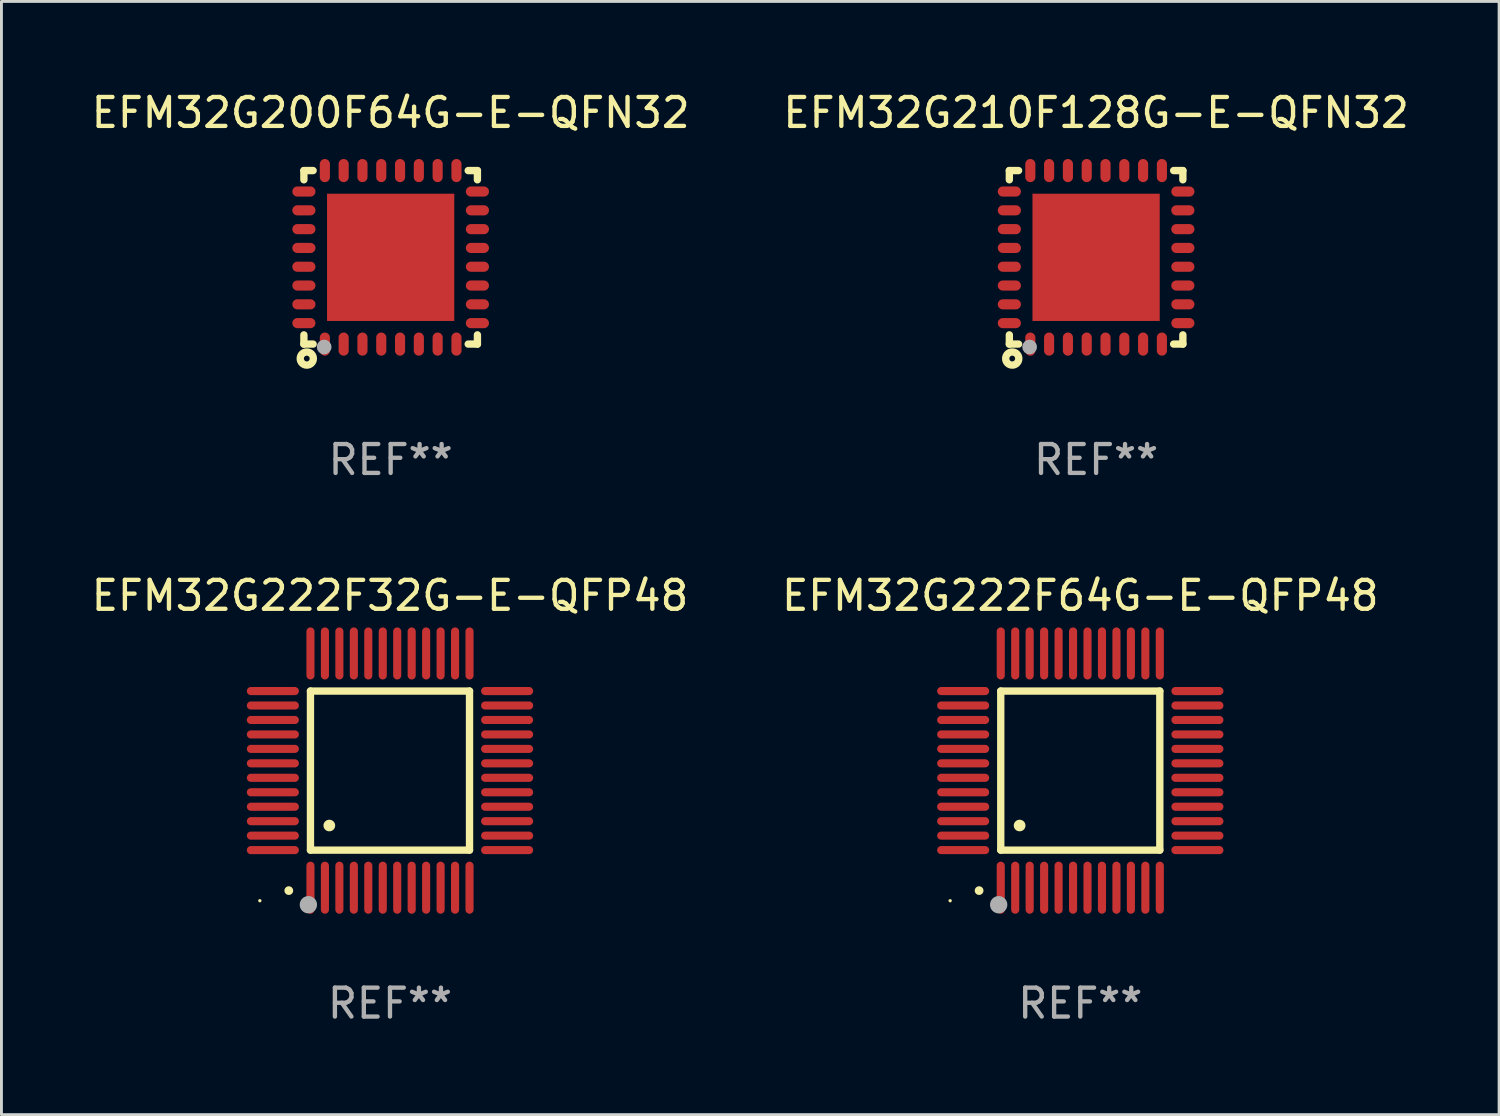
<source format=kicad_pcb>
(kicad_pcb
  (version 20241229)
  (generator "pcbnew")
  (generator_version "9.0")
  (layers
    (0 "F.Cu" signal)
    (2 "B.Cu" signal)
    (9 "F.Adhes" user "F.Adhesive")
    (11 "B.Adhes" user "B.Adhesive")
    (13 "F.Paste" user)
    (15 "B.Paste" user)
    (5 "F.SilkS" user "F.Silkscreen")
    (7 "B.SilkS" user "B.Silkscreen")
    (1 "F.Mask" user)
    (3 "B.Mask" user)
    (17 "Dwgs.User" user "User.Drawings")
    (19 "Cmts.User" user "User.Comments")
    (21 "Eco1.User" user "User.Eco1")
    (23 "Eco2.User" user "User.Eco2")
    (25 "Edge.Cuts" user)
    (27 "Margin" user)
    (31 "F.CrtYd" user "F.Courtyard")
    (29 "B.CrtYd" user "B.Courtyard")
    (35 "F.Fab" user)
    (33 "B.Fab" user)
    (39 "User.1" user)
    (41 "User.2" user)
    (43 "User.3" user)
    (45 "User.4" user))
  (footprint "EFM32G222F32G-E-QFP48"
    (layer "F.Cu")
    (at 10.435 23.595)
    (property "Reference" "EFM32G222F32G-E-QFP48" (at 0 -6.05 0) (layer "F.SilkS") (effects (font (size 1 1) (thickness 0.15))))
    (attr through_hole)
    (fp_line (start -2.75 -2.75) (end 2.75 -2.75) (stroke (width 0.254) (type solid)) (layer "F.SilkS"))
    (fp_line (start -2.75 2.75) (end -2.75 -2.75) (stroke (width 0.254) (type solid)) (layer "F.SilkS"))
    (fp_line (start 2.75 -2.75) (end 2.75 2.75) (stroke (width 0.254) (type solid)) (layer "F.SilkS"))
    (fp_line (start 2.75 2.75) (end -2.75 2.75) (stroke (width 0.254) (type solid)) (layer "F.SilkS"))
    (fp_arc (start -3.500127 4.150368) (mid -3.498857 4.150363) (end -3.497587 4.150368) (stroke (width 0.3) (type solid)) (layer "F.SilkS"))
    (fp_arc (start -2.100584 1.899924) (mid -2.098044 1.899908) (end -2.095504 1.899924) (stroke (width 0.4) (type solid)) (layer "F.SilkS"))
    (fp_circle (center -4.5 4.5) (end -4.47 4.5) (stroke (width 0.06) (type solid)) (fill no) (layer "F.SilkS"))
    (fp_circle (center -2.822 4.638) (end -2.672 4.638) (stroke (width 0.3) (type solid)) (fill no) (layer "F.Fab"))
    (fp_text user "REF**" (at 0 8.05 0) (layer "F.Fab") (effects (font (size 1 1) (thickness 0.15))))
    (pad "1" smd oval (at -2.75 4.05) (size 0.28 1.8) (layers "F.Cu" "F.Mask" "F.Paste"))
    (pad "2" smd oval (at -2.25 4.05) (size 0.28 1.8) (layers "F.Cu" "F.Mask" "F.Paste"))
    (pad "3" smd oval (at -1.75 4.05) (size 0.28 1.8) (layers "F.Cu" "F.Mask" "F.Paste"))
    (pad "4" smd oval (at -1.25 4.05) (size 0.28 1.8) (layers "F.Cu" "F.Mask" "F.Paste"))
    (pad "5" smd oval (at -0.75 4.05) (size 0.28 1.8) (layers "F.Cu" "F.Mask" "F.Paste"))
    (pad "6" smd oval (at -0.25 4.05) (size 0.28 1.8) (layers "F.Cu" "F.Mask" "F.Paste"))
    (pad "7" smd oval (at 0.25 4.05) (size 0.28 1.8) (layers "F.Cu" "F.Mask" "F.Paste"))
    (pad "8" smd oval (at 0.75 4.05) (size 0.28 1.8) (layers "F.Cu" "F.Mask" "F.Paste"))
    (pad "9" smd oval (at 1.25 4.05) (size 0.28 1.8) (layers "F.Cu" "F.Mask" "F.Paste"))
    (pad "10" smd oval (at 1.75 4.05) (size 0.28 1.8) (layers "F.Cu" "F.Mask" "F.Paste"))
    (pad "11" smd oval (at 2.25 4.05) (size 0.28 1.8) (layers "F.Cu" "F.Mask" "F.Paste"))
    (pad "12" smd oval (at 2.75 4.05) (size 0.28 1.8) (layers "F.Cu" "F.Mask" "F.Paste"))
    (pad "13" smd oval (at 4.05 2.75) (size 1.8 0.28) (layers "F.Cu" "F.Mask" "F.Paste"))
    (pad "14" smd oval (at 4.05 2.25) (size 1.8 0.28) (layers "F.Cu" "F.Mask" "F.Paste"))
    (pad "15" smd oval (at 4.05 1.75) (size 1.8 0.28) (layers "F.Cu" "F.Mask" "F.Paste"))
    (pad "16" smd oval (at 4.05 1.25) (size 1.8 0.28) (layers "F.Cu" "F.Mask" "F.Paste"))
    (pad "17" smd oval (at 4.05 0.75) (size 1.8 0.28) (layers "F.Cu" "F.Mask" "F.Paste"))
    (pad "18" smd oval (at 4.05 0.25) (size 1.8 0.28) (layers "F.Cu" "F.Mask" "F.Paste"))
    (pad "19" smd oval (at 4.05 -0.25) (size 1.8 0.28) (layers "F.Cu" "F.Mask" "F.Paste"))
    (pad "20" smd oval (at 4.05 -0.75) (size 1.8 0.28) (layers "F.Cu" "F.Mask" "F.Paste"))
    (pad "21" smd oval (at 4.05 -1.25) (size 1.8 0.28) (layers "F.Cu" "F.Mask" "F.Paste"))
    (pad "22" smd oval (at 4.05 -1.75) (size 1.8 0.28) (layers "F.Cu" "F.Mask" "F.Paste"))
    (pad "23" smd oval (at 4.05 -2.25) (size 1.8 0.28) (layers "F.Cu" "F.Mask" "F.Paste"))
    (pad "24" smd oval (at 4.05 -2.75) (size 1.8 0.28) (layers "F.Cu" "F.Mask" "F.Paste"))
    (pad "25" smd oval (at 2.75 -4.05) (size 0.28 1.8) (layers "F.Cu" "F.Mask" "F.Paste"))
    (pad "26" smd oval (at 2.25 -4.05) (size 0.28 1.8) (layers "F.Cu" "F.Mask" "F.Paste"))
    (pad "27" smd oval (at 1.75 -4.05) (size 0.28 1.8) (layers "F.Cu" "F.Mask" "F.Paste"))
    (pad "28" smd oval (at 1.25 -4.05) (size 0.28 1.8) (layers "F.Cu" "F.Mask" "F.Paste"))
    (pad "29" smd oval (at 0.75 -4.05) (size 0.28 1.8) (layers "F.Cu" "F.Mask" "F.Paste"))
    (pad "30" smd oval (at 0.25 -4.05) (size 0.28 1.8) (layers "F.Cu" "F.Mask" "F.Paste"))
    (pad "31" smd oval (at -0.25 -4.05) (size 0.28 1.8) (layers "F.Cu" "F.Mask" "F.Paste"))
    (pad "32" smd oval (at -0.75 -4.05) (size 0.28 1.8) (layers "F.Cu" "F.Mask" "F.Paste"))
    (pad "33" smd oval (at -1.25 -4.05) (size 0.28 1.8) (layers "F.Cu" "F.Mask" "F.Paste"))
    (pad "34" smd oval (at -1.75 -4.05) (size 0.28 1.8) (layers "F.Cu" "F.Mask" "F.Paste"))
    (pad "35" smd oval (at -2.25 -4.05) (size 0.28 1.8) (layers "F.Cu" "F.Mask" "F.Paste"))
    (pad "36" smd oval (at -2.75 -4.05) (size 0.28 1.8) (layers "F.Cu" "F.Mask" "F.Paste"))
    (pad "37" smd oval (at -4.05 -2.75) (size 1.8 0.28) (layers "F.Cu" "F.Mask" "F.Paste"))
    (pad "38" smd oval (at -4.05 -2.25) (size 1.8 0.28) (layers "F.Cu" "F.Mask" "F.Paste"))
    (pad "39" smd oval (at -4.05 -1.75) (size 1.8 0.28) (layers "F.Cu" "F.Mask" "F.Paste"))
    (pad "40" smd oval (at -4.05 -1.25) (size 1.8 0.28) (layers "F.Cu" "F.Mask" "F.Paste"))
    (pad "41" smd oval (at -4.05 -0.75) (size 1.8 0.28) (layers "F.Cu" "F.Mask" "F.Paste"))
    (pad "42" smd oval (at -4.05 -0.25) (size 1.8 0.28) (layers "F.Cu" "F.Mask" "F.Paste"))
    (pad "43" smd oval (at -4.05 0.25) (size 1.8 0.28) (layers "F.Cu" "F.Mask" "F.Paste"))
    (pad "44" smd oval (at -4.05 0.75) (size 1.8 0.28) (layers "F.Cu" "F.Mask" "F.Paste"))
    (pad "45" smd oval (at -4.05 1.25) (size 1.8 0.28) (layers "F.Cu" "F.Mask" "F.Paste"))
    (pad "46" smd oval (at -4.05 1.75) (size 1.8 0.28) (layers "F.Cu" "F.Mask" "F.Paste"))
    (pad "47" smd oval (at -4.05 2.25) (size 1.8 0.28) (layers "F.Cu" "F.Mask" "F.Paste"))
    (pad "48" smd oval (at -4.05 2.75) (size 1.8 0.28) (layers "F.Cu" "F.Mask" "F.Paste")))
  (footprint "EFM32G222F64G-E-QFP48"
    (layer "F.Cu")
    (at 34.304 23.595)
    (property "Reference" "EFM32G222F64G-E-QFP48" (at 0 -6.05 0) (layer "F.SilkS") (effects (font (size 1 1) (thickness 0.15))))
    (attr through_hole)
    (fp_line (start -2.75 -2.75) (end 2.75 -2.75) (stroke (width 0.254) (type solid)) (layer "F.SilkS"))
    (fp_line (start -2.75 2.75) (end -2.75 -2.75) (stroke (width 0.254) (type solid)) (layer "F.SilkS"))
    (fp_line (start 2.75 -2.75) (end 2.75 2.75) (stroke (width 0.254) (type solid)) (layer "F.SilkS"))
    (fp_line (start 2.75 2.75) (end -2.75 2.75) (stroke (width 0.254) (type solid)) (layer "F.SilkS"))
    (fp_arc (start -3.500127 4.150368) (mid -3.498857 4.150363) (end -3.497587 4.150368) (stroke (width 0.3) (type solid)) (layer "F.SilkS"))
    (fp_arc (start -2.100584 1.899924) (mid -2.098044 1.899908) (end -2.095504 1.899924) (stroke (width 0.4) (type solid)) (layer "F.SilkS"))
    (fp_circle (center -4.5 4.5) (end -4.47 4.5) (stroke (width 0.06) (type solid)) (fill no) (layer "F.SilkS"))
    (fp_circle (center -2.822 4.638) (end -2.672 4.638) (stroke (width 0.3) (type solid)) (fill no) (layer "F.Fab"))
    (fp_text user "REF**" (at 0 8.05 0) (layer "F.Fab") (effects (font (size 1 1) (thickness 0.15))))
    (pad "1" smd oval (at -2.75 4.05) (size 0.28 1.8) (layers "F.Cu" "F.Mask" "F.Paste"))
    (pad "2" smd oval (at -2.25 4.05) (size 0.28 1.8) (layers "F.Cu" "F.Mask" "F.Paste"))
    (pad "3" smd oval (at -1.75 4.05) (size 0.28 1.8) (layers "F.Cu" "F.Mask" "F.Paste"))
    (pad "4" smd oval (at -1.25 4.05) (size 0.28 1.8) (layers "F.Cu" "F.Mask" "F.Paste"))
    (pad "5" smd oval (at -0.75 4.05) (size 0.28 1.8) (layers "F.Cu" "F.Mask" "F.Paste"))
    (pad "6" smd oval (at -0.25 4.05) (size 0.28 1.8) (layers "F.Cu" "F.Mask" "F.Paste"))
    (pad "7" smd oval (at 0.25 4.05) (size 0.28 1.8) (layers "F.Cu" "F.Mask" "F.Paste"))
    (pad "8" smd oval (at 0.75 4.05) (size 0.28 1.8) (layers "F.Cu" "F.Mask" "F.Paste"))
    (pad "9" smd oval (at 1.25 4.05) (size 0.28 1.8) (layers "F.Cu" "F.Mask" "F.Paste"))
    (pad "10" smd oval (at 1.75 4.05) (size 0.28 1.8) (layers "F.Cu" "F.Mask" "F.Paste"))
    (pad "11" smd oval (at 2.25 4.05) (size 0.28 1.8) (layers "F.Cu" "F.Mask" "F.Paste"))
    (pad "12" smd oval (at 2.75 4.05) (size 0.28 1.8) (layers "F.Cu" "F.Mask" "F.Paste"))
    (pad "13" smd oval (at 4.05 2.75) (size 1.8 0.28) (layers "F.Cu" "F.Mask" "F.Paste"))
    (pad "14" smd oval (at 4.05 2.25) (size 1.8 0.28) (layers "F.Cu" "F.Mask" "F.Paste"))
    (pad "15" smd oval (at 4.05 1.75) (size 1.8 0.28) (layers "F.Cu" "F.Mask" "F.Paste"))
    (pad "16" smd oval (at 4.05 1.25) (size 1.8 0.28) (layers "F.Cu" "F.Mask" "F.Paste"))
    (pad "17" smd oval (at 4.05 0.75) (size 1.8 0.28) (layers "F.Cu" "F.Mask" "F.Paste"))
    (pad "18" smd oval (at 4.05 0.25) (size 1.8 0.28) (layers "F.Cu" "F.Mask" "F.Paste"))
    (pad "19" smd oval (at 4.05 -0.25) (size 1.8 0.28) (layers "F.Cu" "F.Mask" "F.Paste"))
    (pad "20" smd oval (at 4.05 -0.75) (size 1.8 0.28) (layers "F.Cu" "F.Mask" "F.Paste"))
    (pad "21" smd oval (at 4.05 -1.25) (size 1.8 0.28) (layers "F.Cu" "F.Mask" "F.Paste"))
    (pad "22" smd oval (at 4.05 -1.75) (size 1.8 0.28) (layers "F.Cu" "F.Mask" "F.Paste"))
    (pad "23" smd oval (at 4.05 -2.25) (size 1.8 0.28) (layers "F.Cu" "F.Mask" "F.Paste"))
    (pad "24" smd oval (at 4.05 -2.75) (size 1.8 0.28) (layers "F.Cu" "F.Mask" "F.Paste"))
    (pad "25" smd oval (at 2.75 -4.05) (size 0.28 1.8) (layers "F.Cu" "F.Mask" "F.Paste"))
    (pad "26" smd oval (at 2.25 -4.05) (size 0.28 1.8) (layers "F.Cu" "F.Mask" "F.Paste"))
    (pad "27" smd oval (at 1.75 -4.05) (size 0.28 1.8) (layers "F.Cu" "F.Mask" "F.Paste"))
    (pad "28" smd oval (at 1.25 -4.05) (size 0.28 1.8) (layers "F.Cu" "F.Mask" "F.Paste"))
    (pad "29" smd oval (at 0.75 -4.05) (size 0.28 1.8) (layers "F.Cu" "F.Mask" "F.Paste"))
    (pad "30" smd oval (at 0.25 -4.05) (size 0.28 1.8) (layers "F.Cu" "F.Mask" "F.Paste"))
    (pad "31" smd oval (at -0.25 -4.05) (size 0.28 1.8) (layers "F.Cu" "F.Mask" "F.Paste"))
    (pad "32" smd oval (at -0.75 -4.05) (size 0.28 1.8) (layers "F.Cu" "F.Mask" "F.Paste"))
    (pad "33" smd oval (at -1.25 -4.05) (size 0.28 1.8) (layers "F.Cu" "F.Mask" "F.Paste"))
    (pad "34" smd oval (at -1.75 -4.05) (size 0.28 1.8) (layers "F.Cu" "F.Mask" "F.Paste"))
    (pad "35" smd oval (at -2.25 -4.05) (size 0.28 1.8) (layers "F.Cu" "F.Mask" "F.Paste"))
    (pad "36" smd oval (at -2.75 -4.05) (size 0.28 1.8) (layers "F.Cu" "F.Mask" "F.Paste"))
    (pad "37" smd oval (at -4.05 -2.75) (size 1.8 0.28) (layers "F.Cu" "F.Mask" "F.Paste"))
    (pad "38" smd oval (at -4.05 -2.25) (size 1.8 0.28) (layers "F.Cu" "F.Mask" "F.Paste"))
    (pad "39" smd oval (at -4.05 -1.75) (size 1.8 0.28) (layers "F.Cu" "F.Mask" "F.Paste"))
    (pad "40" smd oval (at -4.05 -1.25) (size 1.8 0.28) (layers "F.Cu" "F.Mask" "F.Paste"))
    (pad "41" smd oval (at -4.05 -0.75) (size 1.8 0.28) (layers "F.Cu" "F.Mask" "F.Paste"))
    (pad "42" smd oval (at -4.05 -0.25) (size 1.8 0.28) (layers "F.Cu" "F.Mask" "F.Paste"))
    (pad "43" smd oval (at -4.05 0.25) (size 1.8 0.28) (layers "F.Cu" "F.Mask" "F.Paste"))
    (pad "44" smd oval (at -4.05 0.75) (size 1.8 0.28) (layers "F.Cu" "F.Mask" "F.Paste"))
    (pad "45" smd oval (at -4.05 1.25) (size 1.8 0.28) (layers "F.Cu" "F.Mask" "F.Paste"))
    (pad "46" smd oval (at -4.05 1.75) (size 1.8 0.28) (layers "F.Cu" "F.Mask" "F.Paste"))
    (pad "47" smd oval (at -4.05 2.25) (size 1.8 0.28) (layers "F.Cu" "F.Mask" "F.Paste"))
    (pad "48" smd oval (at -4.05 2.75) (size 1.8 0.28) (layers "F.Cu" "F.Mask" "F.Paste")))
  (footprint "EFM32G210F128G-E-QFN32"
    (layer "F.Cu")
    (at 34.851 5.848)
    (property "Reference" "EFM32G210F128G-E-QFN32" (at 0 -5 0) (layer "F.SilkS") (effects (font (size 1 1) (thickness 0.15))))
    (attr through_hole)
    (fp_line (start -3 -3) (end -3 -2.681) (stroke (width 0.254) (type solid)) (layer "F.SilkS"))
    (fp_line (start -3 -3) (end -2.681 -3) (stroke (width 0.254) (type solid)) (layer "F.SilkS"))
    (fp_line (start -3 2.681) (end -3 3) (stroke (width 0.254) (type solid)) (layer "F.SilkS"))
    (fp_line (start -3 3) (end -2.681 3) (stroke (width 0.254) (type solid)) (layer "F.SilkS"))
    (fp_line (start 2.681 -3) (end 3 -3) (stroke (width 0.254) (type solid)) (layer "F.SilkS"))
    (fp_line (start 2.681 3) (end 3 3) (stroke (width 0.254) (type solid)) (layer "F.SilkS"))
    (fp_line (start 3 -3) (end 3 -2.681) (stroke (width 0.254) (type solid)) (layer "F.SilkS"))
    (fp_line (start 3 2.681) (end 3 3) (stroke (width 0.254) (type solid)) (layer "F.SilkS"))
    (fp_circle (center -3 3) (end -2.97 3) (stroke (width 0.06) (type solid)) (fill no) (layer "F.SilkS"))
    (fp_circle (center -2.9 3.5) (end -2.8 3.5) (stroke (width 0.254) (type solid)) (fill no) (layer "F.SilkS"))
    (fp_circle (center -2.3 3.1) (end -2.173 3.1) (stroke (width 0.254) (type solid)) (fill no) (layer "F.Fab"))
    (fp_text user "REF**" (at 0 7 0) (layer "F.Fab") (effects (font (size 1 1) (thickness 0.15))))
    (pad "1" smd oval (at -2.275 3 180) (size 0.35 0.8) (layers "F.Cu" "F.Mask" "F.Paste"))
    (pad "2" smd oval (at -1.625 3 180) (size 0.35 0.8) (layers "F.Cu" "F.Mask" "F.Paste"))
    (pad "3" smd oval (at -0.975 3 180) (size 0.35 0.8) (layers "F.Cu" "F.Mask" "F.Paste"))
    (pad "4" smd oval (at -0.325 3 180) (size 0.35 0.8) (layers "F.Cu" "F.Mask" "F.Paste"))
    (pad "5" smd oval (at 0.325 3 180) (size 0.35 0.8) (layers "F.Cu" "F.Mask" "F.Paste"))
    (pad "6" smd oval (at 0.975 3 180) (size 0.35 0.8) (layers "F.Cu" "F.Mask" "F.Paste"))
    (pad "7" smd oval (at 1.625 3 180) (size 0.35 0.8) (layers "F.Cu" "F.Mask" "F.Paste"))
    (pad "8" smd oval (at 2.275 3 180) (size 0.35 0.8) (layers "F.Cu" "F.Mask" "F.Paste"))
    (pad "9" smd oval (at 3 2.275 90) (size 0.35 0.8) (layers "F.Cu" "F.Mask" "F.Paste"))
    (pad "10" smd oval (at 3 1.625 90) (size 0.35 0.8) (layers "F.Cu" "F.Mask" "F.Paste"))
    (pad "11" smd oval (at 3 0.975 90) (size 0.35 0.8) (layers "F.Cu" "F.Mask" "F.Paste"))
    (pad "12" smd oval (at 3 0.325 90) (size 0.35 0.8) (layers "F.Cu" "F.Mask" "F.Paste"))
    (pad "13" smd oval (at 3 -0.325 90) (size 0.35 0.8) (layers "F.Cu" "F.Mask" "F.Paste"))
    (pad "14" smd oval (at 3 -0.975 90) (size 0.35 0.8) (layers "F.Cu" "F.Mask" "F.Paste"))
    (pad "15" smd oval (at 3 -1.625 90) (size 0.35 0.8) (layers "F.Cu" "F.Mask" "F.Paste"))
    (pad "16" smd oval (at 3 -2.275 90) (size 0.35 0.8) (layers "F.Cu" "F.Mask" "F.Paste"))
    (pad "17" smd oval (at 2.275 -3 180) (size 0.35 0.8) (layers "F.Cu" "F.Mask" "F.Paste"))
    (pad "18" smd oval (at 1.625 -3 180) (size 0.35 0.8) (layers "F.Cu" "F.Mask" "F.Paste"))
    (pad "19" smd oval (at 0.975 -3 180) (size 0.35 0.8) (layers "F.Cu" "F.Mask" "F.Paste"))
    (pad "20" smd oval (at 0.325 -3 180) (size 0.35 0.8) (layers "F.Cu" "F.Mask" "F.Paste"))
    (pad "21" smd oval (at -0.325 -3 180) (size 0.35 0.8) (layers "F.Cu" "F.Mask" "F.Paste"))
    (pad "22" smd oval (at -0.975 -3 180) (size 0.35 0.8) (layers "F.Cu" "F.Mask" "F.Paste"))
    (pad "23" smd oval (at -1.625 -3 180) (size 0.35 0.8) (layers "F.Cu" "F.Mask" "F.Paste"))
    (pad "24" smd oval (at -2.275 -3 180) (size 0.35 0.8) (layers "F.Cu" "F.Mask" "F.Paste"))
    (pad "25" smd oval (at -3 -2.275 90) (size 0.35 0.8) (layers "F.Cu" "F.Mask" "F.Paste"))
    (pad "26" smd oval (at -3 -1.625 90) (size 0.35 0.8) (layers "F.Cu" "F.Mask" "F.Paste"))
    (pad "27" smd oval (at -3 -0.975 90) (size 0.35 0.8) (layers "F.Cu" "F.Mask" "F.Paste"))
    (pad "28" smd oval (at -3 -0.325 90) (size 0.35 0.8) (layers "F.Cu" "F.Mask" "F.Paste"))
    (pad "29" smd oval (at -3 0.325 90) (size 0.35 0.8) (layers "F.Cu" "F.Mask" "F.Paste"))
    (pad "30" smd oval (at -3 0.975 90) (size 0.35 0.8) (layers "F.Cu" "F.Mask" "F.Paste"))
    (pad "31" smd oval (at -3 1.625 90) (size 0.35 0.8) (layers "F.Cu" "F.Mask" "F.Paste"))
    (pad "32" smd oval (at -3 2.275 90) (size 0.35 0.8) (layers "F.Cu" "F.Mask" "F.Paste"))
    (pad "33" smd rect (at 0.000038 0.000038 90) (size 4.4 4.4) (layers "F.Cu" "F.Mask" "F.Paste")))
  (footprint "EFM32G200F64G-E-QFN32"
    (layer "F.Cu")
    (at 10.458 5.848)
    (property "Reference" "EFM32G200F64G-E-QFN32" (at 0 -5 0) (layer "F.SilkS") (effects (font (size 1 1) (thickness 0.15))))
    (attr through_hole)
    (fp_line (start -3 -3) (end -3 -2.681) (stroke (width 0.254) (type solid)) (layer "F.SilkS"))
    (fp_line (start -3 -3) (end -2.681 -3) (stroke (width 0.254) (type solid)) (layer "F.SilkS"))
    (fp_line (start -3 2.681) (end -3 3) (stroke (width 0.254) (type solid)) (layer "F.SilkS"))
    (fp_line (start -3 3) (end -2.681 3) (stroke (width 0.254) (type solid)) (layer "F.SilkS"))
    (fp_line (start 2.681 -3) (end 3 -3) (stroke (width 0.254) (type solid)) (layer "F.SilkS"))
    (fp_line (start 2.681 3) (end 3 3) (stroke (width 0.254) (type solid)) (layer "F.SilkS"))
    (fp_line (start 3 -3) (end 3 -2.681) (stroke (width 0.254) (type solid)) (layer "F.SilkS"))
    (fp_line (start 3 2.681) (end 3 3) (stroke (width 0.254) (type solid)) (layer "F.SilkS"))
    (fp_circle (center -3 3) (end -2.97 3) (stroke (width 0.06) (type solid)) (fill no) (layer "F.SilkS"))
    (fp_circle (center -2.9 3.5) (end -2.8 3.5) (stroke (width 0.254) (type solid)) (fill no) (layer "F.SilkS"))
    (fp_circle (center -2.3 3.1) (end -2.173 3.1) (stroke (width 0.254) (type solid)) (fill no) (layer "F.Fab"))
    (fp_text user "REF**" (at 0 7 0) (layer "F.Fab") (effects (font (size 1 1) (thickness 0.15))))
    (pad "1" smd oval (at -2.275 3 180) (size 0.35 0.8) (layers "F.Cu" "F.Mask" "F.Paste"))
    (pad "2" smd oval (at -1.625 3 180) (size 0.35 0.8) (layers "F.Cu" "F.Mask" "F.Paste"))
    (pad "3" smd oval (at -0.975 3 180) (size 0.35 0.8) (layers "F.Cu" "F.Mask" "F.Paste"))
    (pad "4" smd oval (at -0.325 3 180) (size 0.35 0.8) (layers "F.Cu" "F.Mask" "F.Paste"))
    (pad "5" smd oval (at 0.325 3 180) (size 0.35 0.8) (layers "F.Cu" "F.Mask" "F.Paste"))
    (pad "6" smd oval (at 0.975 3 180) (size 0.35 0.8) (layers "F.Cu" "F.Mask" "F.Paste"))
    (pad "7" smd oval (at 1.625 3 180) (size 0.35 0.8) (layers "F.Cu" "F.Mask" "F.Paste"))
    (pad "8" smd oval (at 2.275 3 180) (size 0.35 0.8) (layers "F.Cu" "F.Mask" "F.Paste"))
    (pad "9" smd oval (at 3 2.275 90) (size 0.35 0.8) (layers "F.Cu" "F.Mask" "F.Paste"))
    (pad "10" smd oval (at 3 1.625 90) (size 0.35 0.8) (layers "F.Cu" "F.Mask" "F.Paste"))
    (pad "11" smd oval (at 3 0.975 90) (size 0.35 0.8) (layers "F.Cu" "F.Mask" "F.Paste"))
    (pad "12" smd oval (at 3 0.325 90) (size 0.35 0.8) (layers "F.Cu" "F.Mask" "F.Paste"))
    (pad "13" smd oval (at 3 -0.325 90) (size 0.35 0.8) (layers "F.Cu" "F.Mask" "F.Paste"))
    (pad "14" smd oval (at 3 -0.975 90) (size 0.35 0.8) (layers "F.Cu" "F.Mask" "F.Paste"))
    (pad "15" smd oval (at 3 -1.625 90) (size 0.35 0.8) (layers "F.Cu" "F.Mask" "F.Paste"))
    (pad "16" smd oval (at 3 -2.275 90) (size 0.35 0.8) (layers "F.Cu" "F.Mask" "F.Paste"))
    (pad "17" smd oval (at 2.275 -3 180) (size 0.35 0.8) (layers "F.Cu" "F.Mask" "F.Paste"))
    (pad "18" smd oval (at 1.625 -3 180) (size 0.35 0.8) (layers "F.Cu" "F.Mask" "F.Paste"))
    (pad "19" smd oval (at 0.975 -3 180) (size 0.35 0.8) (layers "F.Cu" "F.Mask" "F.Paste"))
    (pad "20" smd oval (at 0.325 -3 180) (size 0.35 0.8) (layers "F.Cu" "F.Mask" "F.Paste"))
    (pad "21" smd oval (at -0.325 -3 180) (size 0.35 0.8) (layers "F.Cu" "F.Mask" "F.Paste"))
    (pad "22" smd oval (at -0.975 -3 180) (size 0.35 0.8) (layers "F.Cu" "F.Mask" "F.Paste"))
    (pad "23" smd oval (at -1.625 -3 180) (size 0.35 0.8) (layers "F.Cu" "F.Mask" "F.Paste"))
    (pad "24" smd oval (at -2.275 -3 180) (size 0.35 0.8) (layers "F.Cu" "F.Mask" "F.Paste"))
    (pad "25" smd oval (at -3 -2.275 90) (size 0.35 0.8) (layers "F.Cu" "F.Mask" "F.Paste"))
    (pad "26" smd oval (at -3 -1.625 90) (size 0.35 0.8) (layers "F.Cu" "F.Mask" "F.Paste"))
    (pad "27" smd oval (at -3 -0.975 90) (size 0.35 0.8) (layers "F.Cu" "F.Mask" "F.Paste"))
    (pad "28" smd oval (at -3 -0.325 90) (size 0.35 0.8) (layers "F.Cu" "F.Mask" "F.Paste"))
    (pad "29" smd oval (at -3 0.325 90) (size 0.35 0.8) (layers "F.Cu" "F.Mask" "F.Paste"))
    (pad "30" smd oval (at -3 0.975 90) (size 0.35 0.8) (layers "F.Cu" "F.Mask" "F.Paste"))
    (pad "31" smd oval (at -3 1.625 90) (size 0.35 0.8) (layers "F.Cu" "F.Mask" "F.Paste"))
    (pad "32" smd oval (at -3 2.275 90) (size 0.35 0.8) (layers "F.Cu" "F.Mask" "F.Paste"))
    (pad "33" smd rect (at 0.000038 0.000038 90) (size 4.4 4.4) (layers "F.Cu" "F.Mask" "F.Paste")))
  (gr_rect
    (start -3 -3)
    (end 48.786 35.493)
    (stroke (width 0.1) (type default))
    (fill no)
    (layer "Edge.Cuts")))
</source>
